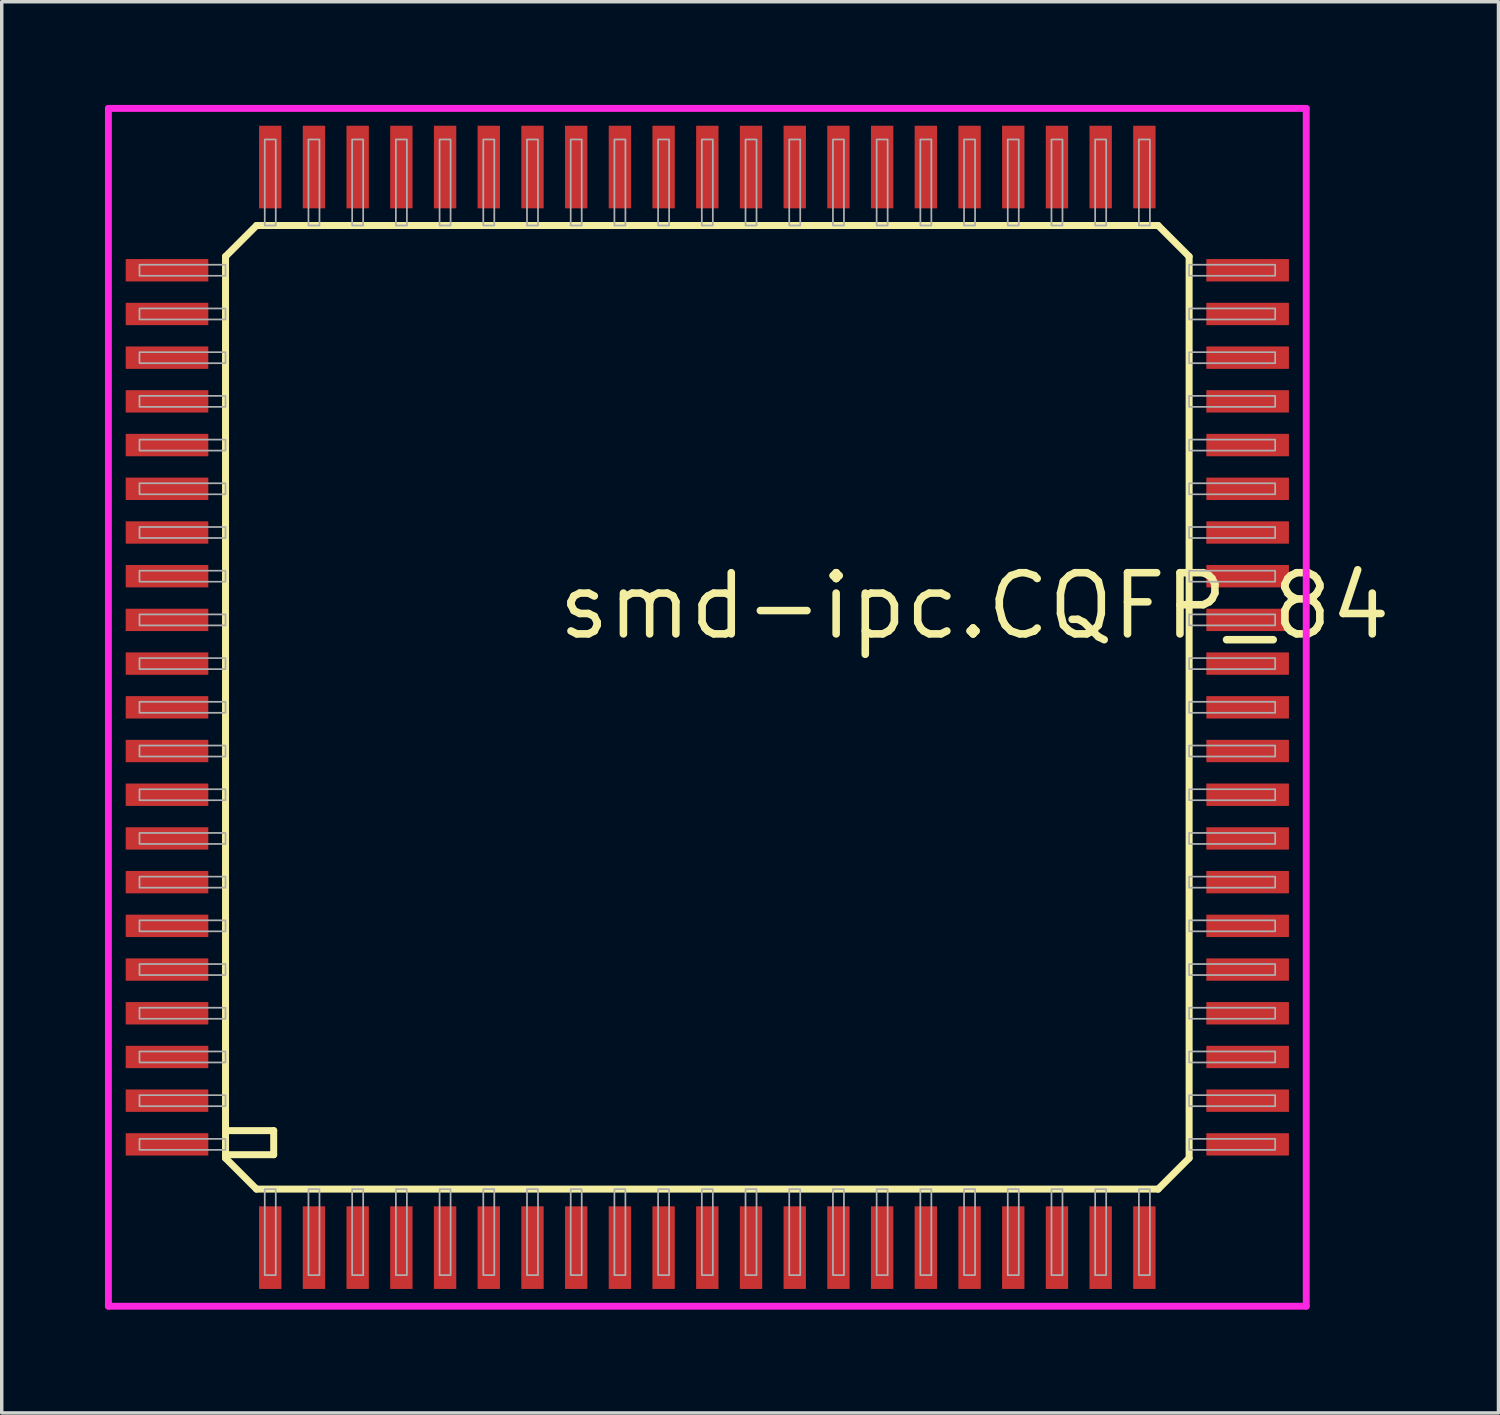
<source format=kicad_pcb>
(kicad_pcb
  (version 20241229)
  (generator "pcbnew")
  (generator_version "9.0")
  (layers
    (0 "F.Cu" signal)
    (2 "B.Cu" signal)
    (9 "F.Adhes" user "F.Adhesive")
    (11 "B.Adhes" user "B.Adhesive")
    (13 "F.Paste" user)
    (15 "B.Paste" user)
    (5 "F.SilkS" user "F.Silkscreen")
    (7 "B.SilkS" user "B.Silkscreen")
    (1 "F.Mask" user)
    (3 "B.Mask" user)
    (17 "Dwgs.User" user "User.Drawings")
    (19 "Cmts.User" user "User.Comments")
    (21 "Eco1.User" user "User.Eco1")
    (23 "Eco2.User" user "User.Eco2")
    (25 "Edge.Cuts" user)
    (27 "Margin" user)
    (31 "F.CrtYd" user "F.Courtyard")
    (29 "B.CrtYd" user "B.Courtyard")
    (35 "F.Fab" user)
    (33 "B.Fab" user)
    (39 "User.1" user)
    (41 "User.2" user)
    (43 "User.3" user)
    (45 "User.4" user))
  (footprint "smd-ipc.CQFP_84"
    (layer "F.Cu")
    (at 17.503 17.503)
    (property "Reference" "smd-ipc.CQFP_84" (at -4.445 -1.905 0) (layer "F.SilkS") (effects (font (size 1.778 1.778) (thickness 0.22)) (justify left bottom)))
    (attr smd)
    (fp_line (start -14 -13.1) (end -14 13) (stroke (width 0.203) (type default)) (layer "F.SilkS"))
    (fp_line (start -14 -13.1) (end -13.1 -14) (stroke (width 0.203) (type default)) (layer "F.SilkS"))
    (fp_line (start -14 13) (end -14 13.1) (stroke (width 0.203) (type default)) (layer "F.SilkS"))
    (fp_line (start -14 13) (end -12.6 13) (stroke (width 0.203) (type default)) (layer "F.SilkS"))
    (fp_line (start -14 13.1) (end -13.1 14) (stroke (width 0.203) (type default)) (layer "F.SilkS"))
    (fp_line (start -13.1 14) (end 13.1 14) (stroke (width 0.203) (type default)) (layer "F.SilkS"))
    (fp_line (start -12.6 12.3) (end -13.9 12.3) (stroke (width 0.203) (type default)) (layer "F.SilkS"))
    (fp_line (start -12.6 13) (end -12.6 12.3) (stroke (width 0.203) (type default)) (layer "F.SilkS"))
    (fp_line (start 13.1 -14) (end -13.1 -14) (stroke (width 0.203) (type default)) (layer "F.SilkS"))
    (fp_line (start 13.1 -14) (end 14 -13.1) (stroke (width 0.203) (type default)) (layer "F.SilkS"))
    (fp_line (start 13.1 14) (end 14 13.1) (stroke (width 0.203) (type default)) (layer "F.SilkS"))
    (fp_line (start 14 13.1) (end 14 -13.1) (stroke (width 0.203) (type default)) (layer "F.SilkS"))
    (fp_line (start -17.403 -17.403) (end 17.403 -17.403) (stroke (width 0.2) (type default)) (layer "F.CrtYd"))
    (fp_line (start -17.403 17.403) (end -17.403 -17.403) (stroke (width 0.2) (type default)) (layer "F.CrtYd"))
    (fp_line (start 17.403 -17.403) (end 17.403 17.403) (stroke (width 0.2) (type default)) (layer "F.CrtYd"))
    (fp_line (start 17.403 17.403) (end -17.403 17.403) (stroke (width 0.2) (type default)) (layer "F.CrtYd"))
    (fp_rect (start -16.5 -12.54) (end -14 -12.86) (stroke (width 0.05) (type default)) (fill no) (layer "F.Fab"))
    (fp_rect (start -16.5 -11.27) (end -14 -11.59) (stroke (width 0.05) (type default)) (fill no) (layer "F.Fab"))
    (fp_rect (start -16.5 -10) (end -14 -10.32) (stroke (width 0.05) (type default)) (fill no) (layer "F.Fab"))
    (fp_rect (start -16.5 -8.73) (end -14 -9.05) (stroke (width 0.05) (type default)) (fill no) (layer "F.Fab"))
    (fp_rect (start -16.5 -7.46) (end -14 -7.78) (stroke (width 0.05) (type default)) (fill no) (layer "F.Fab"))
    (fp_rect (start -16.5 -6.19) (end -14 -6.51) (stroke (width 0.05) (type default)) (fill no) (layer "F.Fab"))
    (fp_rect (start -16.5 -4.92) (end -14 -5.24) (stroke (width 0.05) (type default)) (fill no) (layer "F.Fab"))
    (fp_rect (start -16.5 -3.65) (end -14 -3.97) (stroke (width 0.05) (type default)) (fill no) (layer "F.Fab"))
    (fp_rect (start -16.5 -2.38) (end -14 -2.7) (stroke (width 0.05) (type default)) (fill no) (layer "F.Fab"))
    (fp_rect (start -16.5 -1.11) (end -14 -1.43) (stroke (width 0.05) (type default)) (fill no) (layer "F.Fab"))
    (fp_rect (start -16.5 0.16) (end -14 -0.16) (stroke (width 0.05) (type default)) (fill no) (layer "F.Fab"))
    (fp_rect (start -16.5 1.43) (end -14 1.11) (stroke (width 0.05) (type default)) (fill no) (layer "F.Fab"))
    (fp_rect (start -16.5 2.7) (end -14 2.38) (stroke (width 0.05) (type default)) (fill no) (layer "F.Fab"))
    (fp_rect (start -16.5 3.97) (end -14 3.65) (stroke (width 0.05) (type default)) (fill no) (layer "F.Fab"))
    (fp_rect (start -16.5 5.24) (end -14 4.92) (stroke (width 0.05) (type default)) (fill no) (layer "F.Fab"))
    (fp_rect (start -16.5 6.51) (end -14 6.19) (stroke (width 0.05) (type default)) (fill no) (layer "F.Fab"))
    (fp_rect (start -16.5 7.78) (end -14 7.46) (stroke (width 0.05) (type default)) (fill no) (layer "F.Fab"))
    (fp_rect (start -16.5 9.05) (end -14 8.73) (stroke (width 0.05) (type default)) (fill no) (layer "F.Fab"))
    (fp_rect (start -16.5 10.32) (end -14 10) (stroke (width 0.05) (type default)) (fill no) (layer "F.Fab"))
    (fp_rect (start -16.5 11.59) (end -14 11.27) (stroke (width 0.05) (type default)) (fill no) (layer "F.Fab"))
    (fp_rect (start -16.5 12.86) (end -14 12.54) (stroke (width 0.05) (type default)) (fill no) (layer "F.Fab"))
    (fp_rect (start -12.86 -14) (end -12.54 -16.5) (stroke (width 0.05) (type default)) (fill no) (layer "F.Fab"))
    (fp_rect (start -12.86 16.5) (end -12.54 14) (stroke (width 0.05) (type default)) (fill no) (layer "F.Fab"))
    (fp_rect (start -11.59 -14) (end -11.27 -16.5) (stroke (width 0.05) (type default)) (fill no) (layer "F.Fab"))
    (fp_rect (start -11.59 16.5) (end -11.27 14) (stroke (width 0.05) (type default)) (fill no) (layer "F.Fab"))
    (fp_rect (start -10.32 -14) (end -10 -16.5) (stroke (width 0.05) (type default)) (fill no) (layer "F.Fab"))
    (fp_rect (start -10.32 16.5) (end -10 14) (stroke (width 0.05) (type default)) (fill no) (layer "F.Fab"))
    (fp_rect (start -9.05 -14) (end -8.73 -16.5) (stroke (width 0.05) (type default)) (fill no) (layer "F.Fab"))
    (fp_rect (start -9.05 16.5) (end -8.73 14) (stroke (width 0.05) (type default)) (fill no) (layer "F.Fab"))
    (fp_rect (start -7.78 -14) (end -7.46 -16.5) (stroke (width 0.05) (type default)) (fill no) (layer "F.Fab"))
    (fp_rect (start -7.78 16.5) (end -7.46 14) (stroke (width 0.05) (type default)) (fill no) (layer "F.Fab"))
    (fp_rect (start -6.51 -14) (end -6.19 -16.5) (stroke (width 0.05) (type default)) (fill no) (layer "F.Fab"))
    (fp_rect (start -6.51 16.5) (end -6.19 14) (stroke (width 0.05) (type default)) (fill no) (layer "F.Fab"))
    (fp_rect (start -5.24 -14) (end -4.92 -16.5) (stroke (width 0.05) (type default)) (fill no) (layer "F.Fab"))
    (fp_rect (start -5.24 16.5) (end -4.92 14) (stroke (width 0.05) (type default)) (fill no) (layer "F.Fab"))
    (fp_rect (start -3.97 -14) (end -3.65 -16.5) (stroke (width 0.05) (type default)) (fill no) (layer "F.Fab"))
    (fp_rect (start -3.97 16.5) (end -3.65 14) (stroke (width 0.05) (type default)) (fill no) (layer "F.Fab"))
    (fp_rect (start -2.7 -14) (end -2.38 -16.5) (stroke (width 0.05) (type default)) (fill no) (layer "F.Fab"))
    (fp_rect (start -2.7 16.5) (end -2.38 14) (stroke (width 0.05) (type default)) (fill no) (layer "F.Fab"))
    (fp_rect (start -1.43 -14) (end -1.11 -16.5) (stroke (width 0.05) (type default)) (fill no) (layer "F.Fab"))
    (fp_rect (start -1.43 16.5) (end -1.11 14) (stroke (width 0.05) (type default)) (fill no) (layer "F.Fab"))
    (fp_rect (start -0.16 -14) (end 0.16 -16.5) (stroke (width 0.05) (type default)) (fill no) (layer "F.Fab"))
    (fp_rect (start -0.16 16.5) (end 0.16 14) (stroke (width 0.05) (type default)) (fill no) (layer "F.Fab"))
    (fp_rect (start 1.11 -14) (end 1.43 -16.5) (stroke (width 0.05) (type default)) (fill no) (layer "F.Fab"))
    (fp_rect (start 1.11 16.5) (end 1.43 14) (stroke (width 0.05) (type default)) (fill no) (layer "F.Fab"))
    (fp_rect (start 2.38 -14) (end 2.7 -16.5) (stroke (width 0.05) (type default)) (fill no) (layer "F.Fab"))
    (fp_rect (start 2.38 16.5) (end 2.7 14) (stroke (width 0.05) (type default)) (fill no) (layer "F.Fab"))
    (fp_rect (start 3.65 -14) (end 3.97 -16.5) (stroke (width 0.05) (type default)) (fill no) (layer "F.Fab"))
    (fp_rect (start 3.65 16.5) (end 3.97 14) (stroke (width 0.05) (type default)) (fill no) (layer "F.Fab"))
    (fp_rect (start 4.92 -14) (end 5.24 -16.5) (stroke (width 0.05) (type default)) (fill no) (layer "F.Fab"))
    (fp_rect (start 4.92 16.5) (end 5.24 14) (stroke (width 0.05) (type default)) (fill no) (layer "F.Fab"))
    (fp_rect (start 6.19 -14) (end 6.51 -16.5) (stroke (width 0.05) (type default)) (fill no) (layer "F.Fab"))
    (fp_rect (start 6.19 16.5) (end 6.51 14) (stroke (width 0.05) (type default)) (fill no) (layer "F.Fab"))
    (fp_rect (start 7.46 -14) (end 7.78 -16.5) (stroke (width 0.05) (type default)) (fill no) (layer "F.Fab"))
    (fp_rect (start 7.46 16.5) (end 7.78 14) (stroke (width 0.05) (type default)) (fill no) (layer "F.Fab"))
    (fp_rect (start 8.73 -14) (end 9.05 -16.5) (stroke (width 0.05) (type default)) (fill no) (layer "F.Fab"))
    (fp_rect (start 8.73 16.5) (end 9.05 14) (stroke (width 0.05) (type default)) (fill no) (layer "F.Fab"))
    (fp_rect (start 10 -14) (end 10.32 -16.5) (stroke (width 0.05) (type default)) (fill no) (layer "F.Fab"))
    (fp_rect (start 10 16.5) (end 10.32 14) (stroke (width 0.05) (type default)) (fill no) (layer "F.Fab"))
    (fp_rect (start 11.27 -14) (end 11.59 -16.5) (stroke (width 0.05) (type default)) (fill no) (layer "F.Fab"))
    (fp_rect (start 11.27 16.5) (end 11.59 14) (stroke (width 0.05) (type default)) (fill no) (layer "F.Fab"))
    (fp_rect (start 12.54 -14) (end 12.86 -16.5) (stroke (width 0.05) (type default)) (fill no) (layer "F.Fab"))
    (fp_rect (start 12.54 16.5) (end 12.86 14) (stroke (width 0.05) (type default)) (fill no) (layer "F.Fab"))
    (fp_rect (start 14 -12.54) (end 16.5 -12.86) (stroke (width 0.05) (type default)) (fill no) (layer "F.Fab"))
    (fp_rect (start 14 -11.27) (end 16.5 -11.59) (stroke (width 0.05) (type default)) (fill no) (layer "F.Fab"))
    (fp_rect (start 14 -10) (end 16.5 -10.32) (stroke (width 0.05) (type default)) (fill no) (layer "F.Fab"))
    (fp_rect (start 14 -8.73) (end 16.5 -9.05) (stroke (width 0.05) (type default)) (fill no) (layer "F.Fab"))
    (fp_rect (start 14 -7.46) (end 16.5 -7.78) (stroke (width 0.05) (type default)) (fill no) (layer "F.Fab"))
    (fp_rect (start 14 -6.19) (end 16.5 -6.51) (stroke (width 0.05) (type default)) (fill no) (layer "F.Fab"))
    (fp_rect (start 14 -4.92) (end 16.5 -5.24) (stroke (width 0.05) (type default)) (fill no) (layer "F.Fab"))
    (fp_rect (start 14 -3.65) (end 16.5 -3.97) (stroke (width 0.05) (type default)) (fill no) (layer "F.Fab"))
    (fp_rect (start 14 -2.38) (end 16.5 -2.7) (stroke (width 0.05) (type default)) (fill no) (layer "F.Fab"))
    (fp_rect (start 14 -1.11) (end 16.5 -1.43) (stroke (width 0.05) (type default)) (fill no) (layer "F.Fab"))
    (fp_rect (start 14 0.16) (end 16.5 -0.16) (stroke (width 0.05) (type default)) (fill no) (layer "F.Fab"))
    (fp_rect (start 14 1.43) (end 16.5 1.11) (stroke (width 0.05) (type default)) (fill no) (layer "F.Fab"))
    (fp_rect (start 14 2.7) (end 16.5 2.38) (stroke (width 0.05) (type default)) (fill no) (layer "F.Fab"))
    (fp_rect (start 14 3.97) (end 16.5 3.65) (stroke (width 0.05) (type default)) (fill no) (layer "F.Fab"))
    (fp_rect (start 14 5.24) (end 16.5 4.92) (stroke (width 0.05) (type default)) (fill no) (layer "F.Fab"))
    (fp_rect (start 14 6.51) (end 16.5 6.19) (stroke (width 0.05) (type default)) (fill no) (layer "F.Fab"))
    (fp_rect (start 14 7.78) (end 16.5 7.46) (stroke (width 0.05) (type default)) (fill no) (layer "F.Fab"))
    (fp_rect (start 14 9.05) (end 16.5 8.73) (stroke (width 0.05) (type default)) (fill no) (layer "F.Fab"))
    (fp_rect (start 14 10.32) (end 16.5 10) (stroke (width 0.05) (type default)) (fill no) (layer "F.Fab"))
    (fp_rect (start 14 11.59) (end 16.5 11.27) (stroke (width 0.05) (type default)) (fill no) (layer "F.Fab"))
    (fp_rect (start 14 12.86) (end 16.5 12.54) (stroke (width 0.05) (type default)) (fill no) (layer "F.Fab"))
    (pad "1" smd roundrect (at -12.7 15.7) (size 0.65 2.4) (layers "F.Cu" "F.Mask" "F.Paste") (roundrect_rratio 0.01))
    (pad "2" smd roundrect (at -11.43 15.7) (size 0.65 2.4) (layers "F.Cu" "F.Mask" "F.Paste") (roundrect_rratio 0.01))
    (pad "3" smd roundrect (at -10.16 15.7) (size 0.65 2.4) (layers "F.Cu" "F.Mask" "F.Paste") (roundrect_rratio 0.01))
    (pad "4" smd roundrect (at -8.89 15.7) (size 0.65 2.4) (layers "F.Cu" "F.Mask" "F.Paste") (roundrect_rratio 0.01))
    (pad "5" smd roundrect (at -7.62 15.7) (size 0.65 2.4) (layers "F.Cu" "F.Mask" "F.Paste") (roundrect_rratio 0.01))
    (pad "6" smd roundrect (at -6.35 15.7) (size 0.65 2.4) (layers "F.Cu" "F.Mask" "F.Paste") (roundrect_rratio 0.01))
    (pad "7" smd roundrect (at -5.08 15.7) (size 0.65 2.4) (layers "F.Cu" "F.Mask" "F.Paste") (roundrect_rratio 0.01))
    (pad "8" smd roundrect (at -3.81 15.7) (size 0.65 2.4) (layers "F.Cu" "F.Mask" "F.Paste") (roundrect_rratio 0.01))
    (pad "9" smd roundrect (at -2.54 15.7) (size 0.65 2.4) (layers "F.Cu" "F.Mask" "F.Paste") (roundrect_rratio 0.01))
    (pad "10" smd roundrect (at -1.27 15.7) (size 0.65 2.4) (layers "F.Cu" "F.Mask" "F.Paste") (roundrect_rratio 0.01))
    (pad "11" smd roundrect (at 0 15.7) (size 0.65 2.4) (layers "F.Cu" "F.Mask" "F.Paste") (roundrect_rratio 0.01))
    (pad "12" smd roundrect (at 1.27 15.7) (size 0.65 2.4) (layers "F.Cu" "F.Mask" "F.Paste") (roundrect_rratio 0.01))
    (pad "13" smd roundrect (at 2.54 15.7) (size 0.65 2.4) (layers "F.Cu" "F.Mask" "F.Paste") (roundrect_rratio 0.01))
    (pad "14" smd roundrect (at 3.81 15.7) (size 0.65 2.4) (layers "F.Cu" "F.Mask" "F.Paste") (roundrect_rratio 0.01))
    (pad "15" smd roundrect (at 5.08 15.7) (size 0.65 2.4) (layers "F.Cu" "F.Mask" "F.Paste") (roundrect_rratio 0.01))
    (pad "16" smd roundrect (at 6.35 15.7) (size 0.65 2.4) (layers "F.Cu" "F.Mask" "F.Paste") (roundrect_rratio 0.01))
    (pad "17" smd roundrect (at 7.62 15.7) (size 0.65 2.4) (layers "F.Cu" "F.Mask" "F.Paste") (roundrect_rratio 0.01))
    (pad "18" smd roundrect (at 8.89 15.7) (size 0.65 2.4) (layers "F.Cu" "F.Mask" "F.Paste") (roundrect_rratio 0.01))
    (pad "19" smd roundrect (at 10.16 15.7) (size 0.65 2.4) (layers "F.Cu" "F.Mask" "F.Paste") (roundrect_rratio 0.01))
    (pad "20" smd roundrect (at 11.43 15.7) (size 0.65 2.4) (layers "F.Cu" "F.Mask" "F.Paste") (roundrect_rratio 0.01))
    (pad "21" smd roundrect (at 12.7 15.7) (size 0.65 2.4) (layers "F.Cu" "F.Mask" "F.Paste") (roundrect_rratio 0.01))
    (pad "22" smd roundrect (at 15.7 12.7) (size 2.4 0.65) (layers "F.Cu" "F.Mask" "F.Paste") (roundrect_rratio 0.01))
    (pad "23" smd roundrect (at 15.7 11.43) (size 2.4 0.65) (layers "F.Cu" "F.Mask" "F.Paste") (roundrect_rratio 0.01))
    (pad "24" smd roundrect (at 15.7 10.16) (size 2.4 0.65) (layers "F.Cu" "F.Mask" "F.Paste") (roundrect_rratio 0.01))
    (pad "25" smd roundrect (at 15.7 8.89) (size 2.4 0.65) (layers "F.Cu" "F.Mask" "F.Paste") (roundrect_rratio 0.01))
    (pad "26" smd roundrect (at 15.7 7.62) (size 2.4 0.65) (layers "F.Cu" "F.Mask" "F.Paste") (roundrect_rratio 0.01))
    (pad "27" smd roundrect (at 15.7 6.35) (size 2.4 0.65) (layers "F.Cu" "F.Mask" "F.Paste") (roundrect_rratio 0.01))
    (pad "28" smd roundrect (at 15.7 5.08) (size 2.4 0.65) (layers "F.Cu" "F.Mask" "F.Paste") (roundrect_rratio 0.01))
    (pad "29" smd roundrect (at 15.7 3.81) (size 2.4 0.65) (layers "F.Cu" "F.Mask" "F.Paste") (roundrect_rratio 0.01))
    (pad "30" smd roundrect (at 15.7 2.54) (size 2.4 0.65) (layers "F.Cu" "F.Mask" "F.Paste") (roundrect_rratio 0.01))
    (pad "31" smd roundrect (at 15.7 1.27) (size 2.4 0.65) (layers "F.Cu" "F.Mask" "F.Paste") (roundrect_rratio 0.01))
    (pad "32" smd roundrect (at 15.7 0) (size 2.4 0.65) (layers "F.Cu" "F.Mask" "F.Paste") (roundrect_rratio 0.01))
    (pad "33" smd roundrect (at 15.7 -1.27) (size 2.4 0.65) (layers "F.Cu" "F.Mask" "F.Paste") (roundrect_rratio 0.01))
    (pad "34" smd roundrect (at 15.7 -2.54) (size 2.4 0.65) (layers "F.Cu" "F.Mask" "F.Paste") (roundrect_rratio 0.01))
    (pad "35" smd roundrect (at 15.7 -3.81) (size 2.4 0.65) (layers "F.Cu" "F.Mask" "F.Paste") (roundrect_rratio 0.01))
    (pad "36" smd roundrect (at 15.7 -5.08) (size 2.4 0.65) (layers "F.Cu" "F.Mask" "F.Paste") (roundrect_rratio 0.01))
    (pad "37" smd roundrect (at 15.7 -6.35) (size 2.4 0.65) (layers "F.Cu" "F.Mask" "F.Paste") (roundrect_rratio 0.01))
    (pad "38" smd roundrect (at 15.7 -7.62) (size 2.4 0.65) (layers "F.Cu" "F.Mask" "F.Paste") (roundrect_rratio 0.01))
    (pad "39" smd roundrect (at 15.7 -8.89) (size 2.4 0.65) (layers "F.Cu" "F.Mask" "F.Paste") (roundrect_rratio 0.01))
    (pad "40" smd roundrect (at 15.7 -10.16) (size 2.4 0.65) (layers "F.Cu" "F.Mask" "F.Paste") (roundrect_rratio 0.01))
    (pad "41" smd roundrect (at 15.7 -11.43) (size 2.4 0.65) (layers "F.Cu" "F.Mask" "F.Paste") (roundrect_rratio 0.01))
    (pad "42" smd roundrect (at 15.7 -12.7) (size 2.4 0.65) (layers "F.Cu" "F.Mask" "F.Paste") (roundrect_rratio 0.01))
    (pad "43" smd roundrect (at 12.7 -15.7) (size 0.65 2.4) (layers "F.Cu" "F.Mask" "F.Paste") (roundrect_rratio 0.01))
    (pad "44" smd roundrect (at 11.43 -15.7) (size 0.65 2.4) (layers "F.Cu" "F.Mask" "F.Paste") (roundrect_rratio 0.01))
    (pad "45" smd roundrect (at 10.16 -15.7) (size 0.65 2.4) (layers "F.Cu" "F.Mask" "F.Paste") (roundrect_rratio 0.01))
    (pad "46" smd roundrect (at 8.89 -15.7) (size 0.65 2.4) (layers "F.Cu" "F.Mask" "F.Paste") (roundrect_rratio 0.01))
    (pad "47" smd roundrect (at 7.62 -15.7) (size 0.65 2.4) (layers "F.Cu" "F.Mask" "F.Paste") (roundrect_rratio 0.01))
    (pad "48" smd roundrect (at 6.35 -15.7) (size 0.65 2.4) (layers "F.Cu" "F.Mask" "F.Paste") (roundrect_rratio 0.01))
    (pad "49" smd roundrect (at 5.08 -15.7) (size 0.65 2.4) (layers "F.Cu" "F.Mask" "F.Paste") (roundrect_rratio 0.01))
    (pad "50" smd roundrect (at 3.81 -15.7) (size 0.65 2.4) (layers "F.Cu" "F.Mask" "F.Paste") (roundrect_rratio 0.01))
    (pad "51" smd roundrect (at 2.54 -15.7) (size 0.65 2.4) (layers "F.Cu" "F.Mask" "F.Paste") (roundrect_rratio 0.01))
    (pad "52" smd roundrect (at 1.27 -15.7) (size 0.65 2.4) (layers "F.Cu" "F.Mask" "F.Paste") (roundrect_rratio 0.01))
    (pad "53" smd roundrect (at 0 -15.7) (size 0.65 2.4) (layers "F.Cu" "F.Mask" "F.Paste") (roundrect_rratio 0.01))
    (pad "54" smd roundrect (at -1.27 -15.7) (size 0.65 2.4) (layers "F.Cu" "F.Mask" "F.Paste") (roundrect_rratio 0.01))
    (pad "55" smd roundrect (at -2.54 -15.7) (size 0.65 2.4) (layers "F.Cu" "F.Mask" "F.Paste") (roundrect_rratio 0.01))
    (pad "56" smd roundrect (at -3.81 -15.7) (size 0.65 2.4) (layers "F.Cu" "F.Mask" "F.Paste") (roundrect_rratio 0.01))
    (pad "57" smd roundrect (at -5.08 -15.7) (size 0.65 2.4) (layers "F.Cu" "F.Mask" "F.Paste") (roundrect_rratio 0.01))
    (pad "58" smd roundrect (at -6.35 -15.7) (size 0.65 2.4) (layers "F.Cu" "F.Mask" "F.Paste") (roundrect_rratio 0.01))
    (pad "59" smd roundrect (at -7.62 -15.7) (size 0.65 2.4) (layers "F.Cu" "F.Mask" "F.Paste") (roundrect_rratio 0.01))
    (pad "60" smd roundrect (at -8.89 -15.7) (size 0.65 2.4) (layers "F.Cu" "F.Mask" "F.Paste") (roundrect_rratio 0.01))
    (pad "61" smd roundrect (at -10.16 -15.7) (size 0.65 2.4) (layers "F.Cu" "F.Mask" "F.Paste") (roundrect_rratio 0.01))
    (pad "62" smd roundrect (at -11.43 -15.7) (size 0.65 2.4) (layers "F.Cu" "F.Mask" "F.Paste") (roundrect_rratio 0.01))
    (pad "63" smd roundrect (at -12.7 -15.7) (size 0.65 2.4) (layers "F.Cu" "F.Mask" "F.Paste") (roundrect_rratio 0.01))
    (pad "64" smd roundrect (at -15.7 -12.7) (size 2.4 0.65) (layers "F.Cu" "F.Mask" "F.Paste") (roundrect_rratio 0.01))
    (pad "65" smd roundrect (at -15.7 -11.43) (size 2.4 0.65) (layers "F.Cu" "F.Mask" "F.Paste") (roundrect_rratio 0.01))
    (pad "66" smd roundrect (at -15.7 -10.16) (size 2.4 0.65) (layers "F.Cu" "F.Mask" "F.Paste") (roundrect_rratio 0.01))
    (pad "67" smd roundrect (at -15.7 -8.89) (size 2.4 0.65) (layers "F.Cu" "F.Mask" "F.Paste") (roundrect_rratio 0.01))
    (pad "68" smd roundrect (at -15.7 -7.62) (size 2.4 0.65) (layers "F.Cu" "F.Mask" "F.Paste") (roundrect_rratio 0.01))
    (pad "69" smd roundrect (at -15.7 -6.35) (size 2.4 0.65) (layers "F.Cu" "F.Mask" "F.Paste") (roundrect_rratio 0.01))
    (pad "70" smd roundrect (at -15.7 -5.08) (size 2.4 0.65) (layers "F.Cu" "F.Mask" "F.Paste") (roundrect_rratio 0.01))
    (pad "71" smd roundrect (at -15.7 -3.81) (size 2.4 0.65) (layers "F.Cu" "F.Mask" "F.Paste") (roundrect_rratio 0.01))
    (pad "72" smd roundrect (at -15.7 -2.54) (size 2.4 0.65) (layers "F.Cu" "F.Mask" "F.Paste") (roundrect_rratio 0.01))
    (pad "73" smd roundrect (at -15.7 -1.27) (size 2.4 0.65) (layers "F.Cu" "F.Mask" "F.Paste") (roundrect_rratio 0.01))
    (pad "74" smd roundrect (at -15.7 0) (size 2.4 0.65) (layers "F.Cu" "F.Mask" "F.Paste") (roundrect_rratio 0.01))
    (pad "75" smd roundrect (at -15.7 1.27) (size 2.4 0.65) (layers "F.Cu" "F.Mask" "F.Paste") (roundrect_rratio 0.01))
    (pad "76" smd roundrect (at -15.7 2.54) (size 2.4 0.65) (layers "F.Cu" "F.Mask" "F.Paste") (roundrect_rratio 0.01))
    (pad "77" smd roundrect (at -15.7 3.81) (size 2.4 0.65) (layers "F.Cu" "F.Mask" "F.Paste") (roundrect_rratio 0.01))
    (pad "78" smd roundrect (at -15.7 5.08) (size 2.4 0.65) (layers "F.Cu" "F.Mask" "F.Paste") (roundrect_rratio 0.01))
    (pad "79" smd roundrect (at -15.7 6.35) (size 2.4 0.65) (layers "F.Cu" "F.Mask" "F.Paste") (roundrect_rratio 0.01))
    (pad "80" smd roundrect (at -15.7 7.62) (size 2.4 0.65) (layers "F.Cu" "F.Mask" "F.Paste") (roundrect_rratio 0.01))
    (pad "81" smd roundrect (at -15.7 8.89) (size 2.4 0.65) (layers "F.Cu" "F.Mask" "F.Paste") (roundrect_rratio 0.01))
    (pad "82" smd roundrect (at -15.7 10.16) (size 2.4 0.65) (layers "F.Cu" "F.Mask" "F.Paste") (roundrect_rratio 0.01))
    (pad "83" smd roundrect (at -15.7 11.43) (size 2.4 0.65) (layers "F.Cu" "F.Mask" "F.Paste") (roundrect_rratio 0.01))
    (pad "84" smd roundrect (at -15.7 12.7) (size 2.4 0.65) (layers "F.Cu" "F.Mask" "F.Paste") (roundrect_rratio 0.01)))
  (gr_rect
    (start -3 -3)
    (end 40.492 38.006)
    (stroke (width 0.1) (type default))
    (fill no)
    (layer "Edge.Cuts")))
</source>
